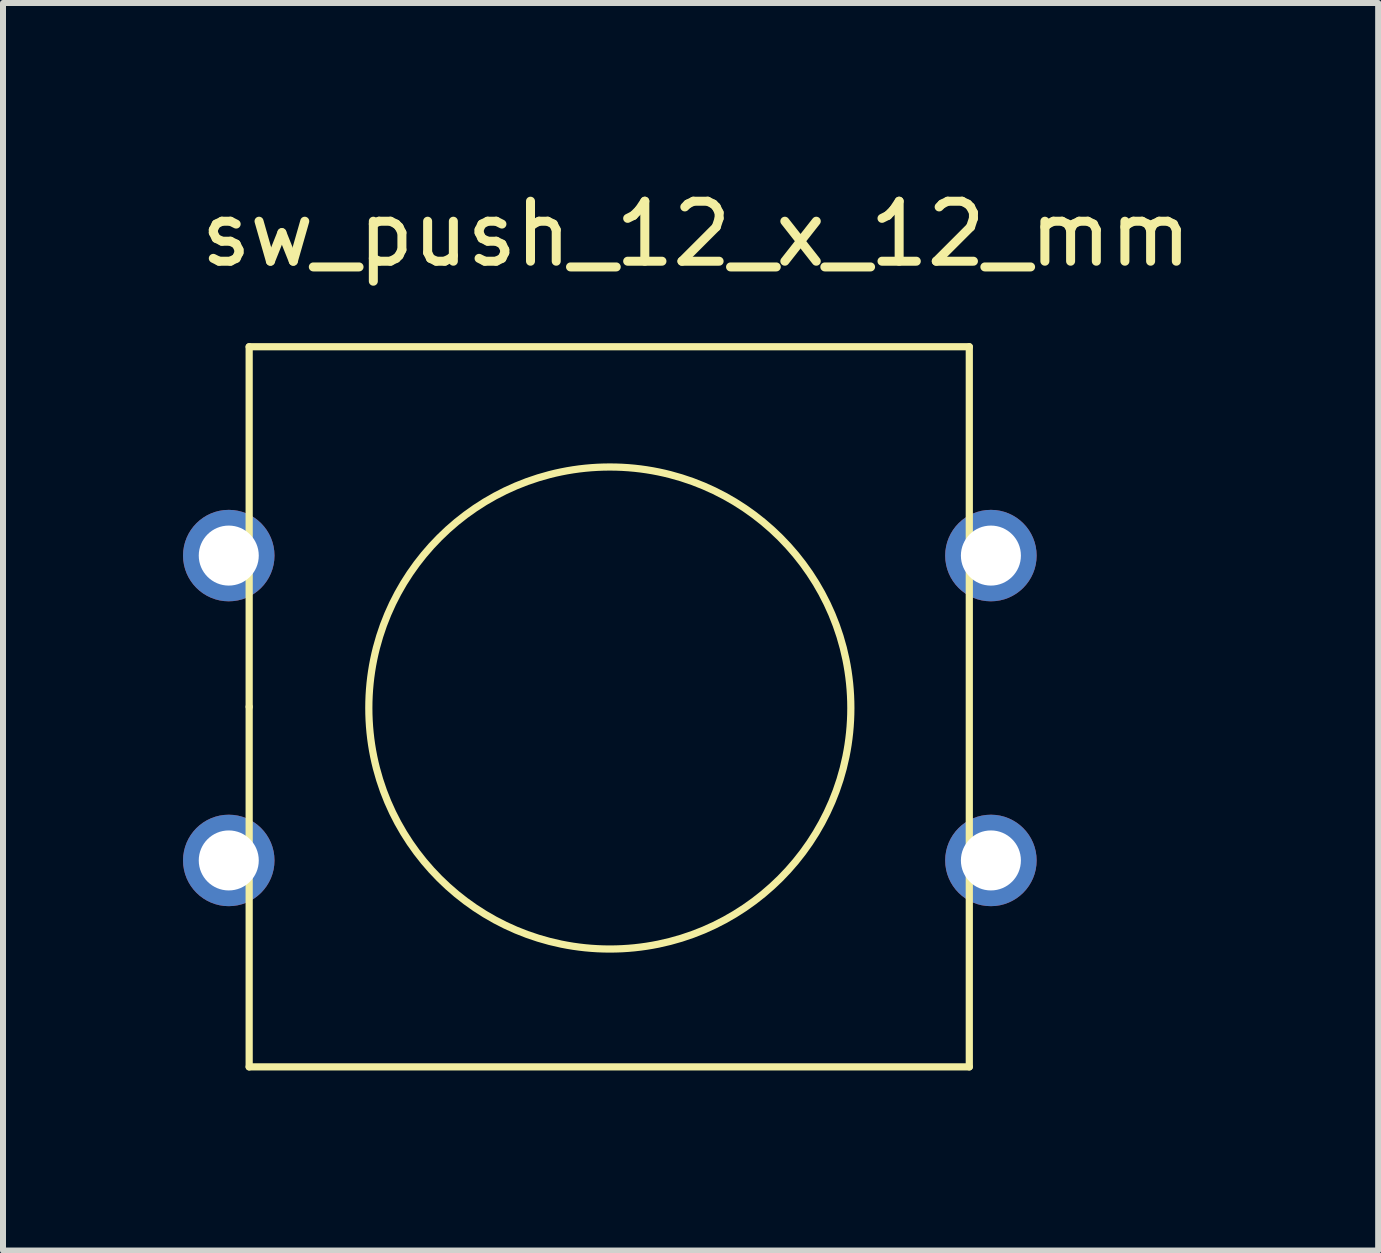
<source format=kicad_pcb>
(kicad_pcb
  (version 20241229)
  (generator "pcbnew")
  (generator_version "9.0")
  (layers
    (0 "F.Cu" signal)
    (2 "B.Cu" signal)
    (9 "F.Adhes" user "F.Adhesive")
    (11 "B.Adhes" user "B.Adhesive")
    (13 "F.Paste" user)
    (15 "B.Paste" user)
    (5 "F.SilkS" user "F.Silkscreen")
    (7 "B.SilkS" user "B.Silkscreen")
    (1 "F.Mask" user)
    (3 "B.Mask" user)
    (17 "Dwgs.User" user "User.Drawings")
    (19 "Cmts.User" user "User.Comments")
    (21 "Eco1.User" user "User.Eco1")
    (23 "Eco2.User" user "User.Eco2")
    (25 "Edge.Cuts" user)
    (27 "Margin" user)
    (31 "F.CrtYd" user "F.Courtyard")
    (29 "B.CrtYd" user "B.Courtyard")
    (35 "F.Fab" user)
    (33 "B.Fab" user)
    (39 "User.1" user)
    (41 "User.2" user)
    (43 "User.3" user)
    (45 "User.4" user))
  (footprint "sw_push_12_x_12_mm"
    (layer "F.Cu")
    (at 3.302 8.748)
    (property "Reference" "sw_push_12_x_12_mm" (at 5.25 -7.9 0) (layer "F.SilkS") (effects (font (size 1 1) (thickness 0.15))))
    (attr through_hole)
    (fp_line (start -2.2 -6.02) (end 9.8 -6.02) (stroke (width 0.12) (type solid)) (layer "F.SilkS"))
    (fp_line (start -2.2 -0.02) (end -2.2 -6.02) (stroke (width 0.12) (type solid)) (layer "F.SilkS"))
    (fp_line (start -2.2 5.98) (end -2.2 -0.02) (stroke (width 0.12) (type solid)) (layer "F.SilkS"))
    (fp_line (start 9.8 -6.02) (end 9.8 5.98) (stroke (width 0.12) (type solid)) (layer "F.SilkS"))
    (fp_line (start 9.8 5.98) (end -2.2 5.98) (stroke (width 0.12) (type solid)) (layer "F.SilkS"))
    (fp_circle (center 3.81 0) (end 5.08 -3.81) (stroke (width 0.12) (type solid)) (fill no) (layer "F.SilkS"))
    (pad "1" thru_hole circle (at -2.54 2.54) (size 1.524 1.524) (drill 1) (layers "*.Cu" "*.Mask"))
    (pad "1" thru_hole circle (at 10.16 2.54) (size 1.524 1.524) (drill 1) (layers "*.Cu" "*.Mask"))
    (pad "2" thru_hole circle (at -2.54 -2.54) (size 1.524 1.524) (drill 1) (layers "*.Cu" "*.Mask"))
    (pad "2" thru_hole circle (at 10.16 -2.54) (size 1.524 1.524) (drill 1) (layers "*.Cu" "*.Mask")))
  (gr_rect
    (start -3 -3)
    (end 19.915 17.788)
    (stroke (width 0.1) (type default))
    (fill no)
    (layer "Edge.Cuts")))
</source>
